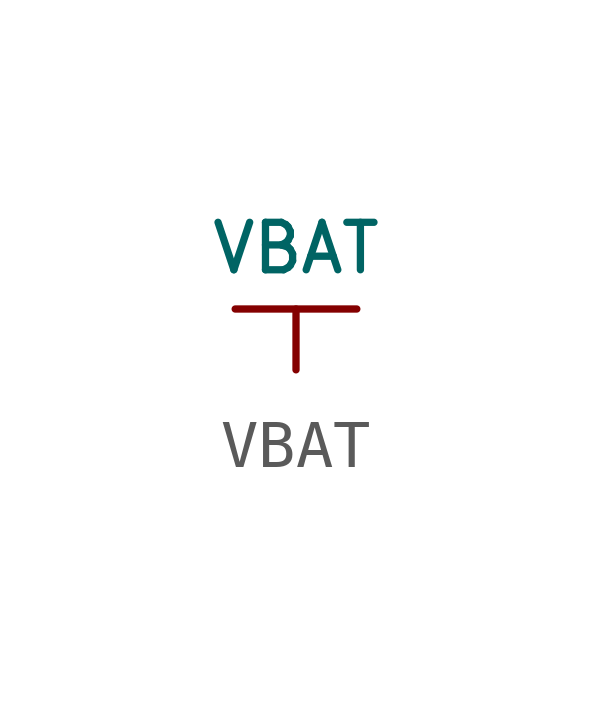
<source format=kicad_sym>
(kicad_symbol_lib
  (version 20220914)
  (generator kicad_symbol_editor)
  (symbol "VBAT"
    (power)
    (pin_numbers hide)
    (pin_names
      (offset 0) hide)
    (property "Reference" "#PWR"
      (at 0 -2.54 0)
      (effects (font (size 1.524 1.524)) hide))
    (property "Value" "VBAT"
      (at 0 1.27 0)
      (effects (font (size 0.991 0.991))))
    (property "Footprint" ""
      (at 0 0 0)
      (effects (font (size 1.524 1.524))))
    (property "Datasheet" ""
      (at 0 0 0)
      (effects (font (size 1.524 1.524))))
    (symbol "VBAT_0_1"
      (polyline (pts (xy -1.27 0) (xy 1.27 0)) (stroke (width 0) (type default)) (fill (type none))))
    (symbol "VBAT_1_1"
      (pin power_in line (at 0 -1.27 90) (length 1.27) (name "VBAT" (effects (font (size 1.27 1.27)))) (number "1" (effects (font (size 1.27 1.27))))))))
</source>
